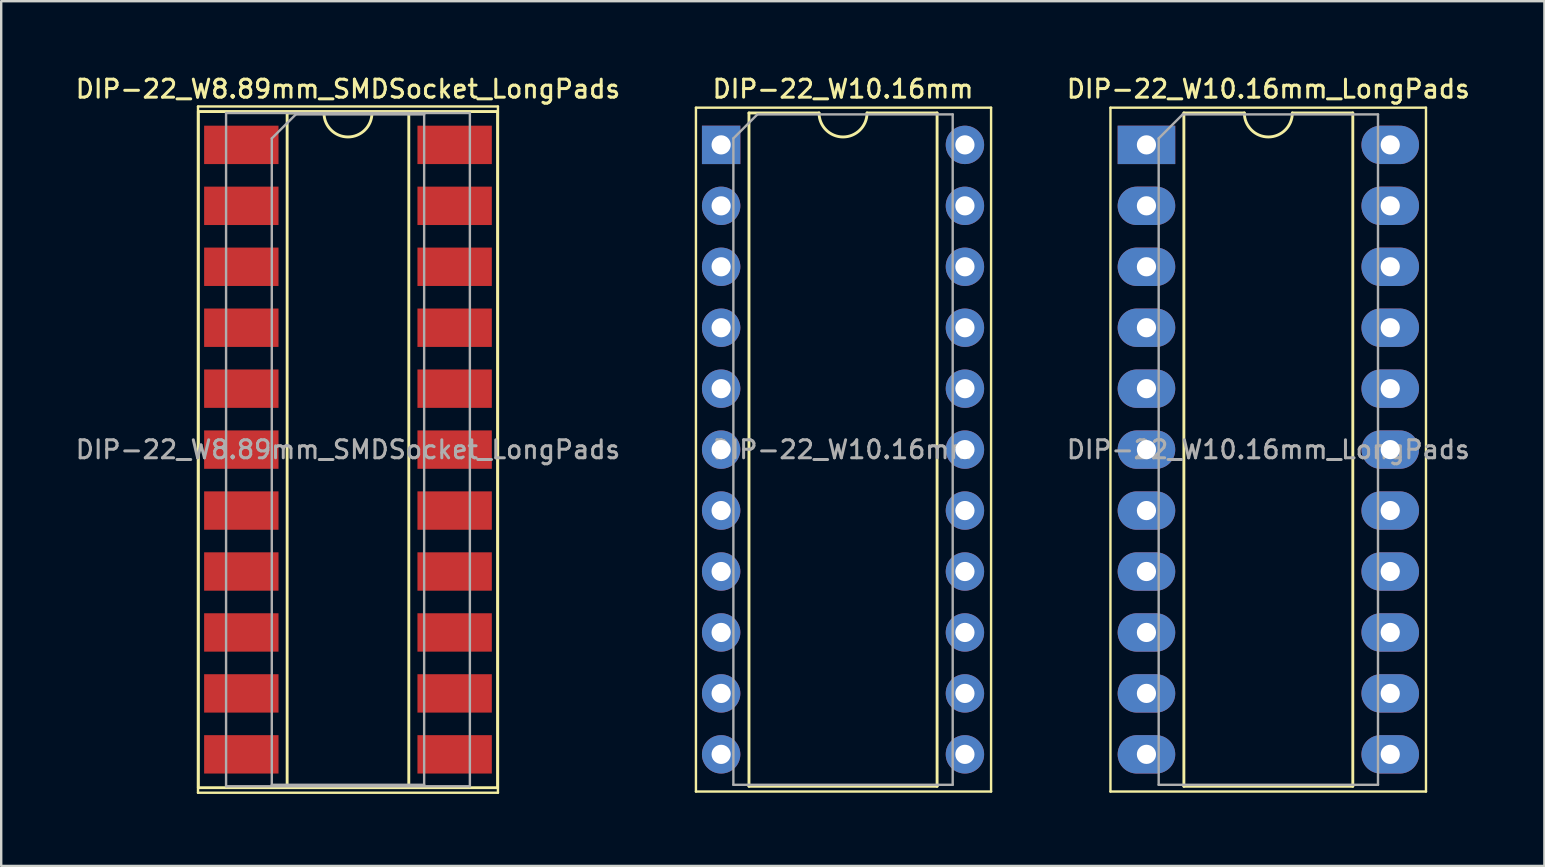
<source format=kicad_pcb>
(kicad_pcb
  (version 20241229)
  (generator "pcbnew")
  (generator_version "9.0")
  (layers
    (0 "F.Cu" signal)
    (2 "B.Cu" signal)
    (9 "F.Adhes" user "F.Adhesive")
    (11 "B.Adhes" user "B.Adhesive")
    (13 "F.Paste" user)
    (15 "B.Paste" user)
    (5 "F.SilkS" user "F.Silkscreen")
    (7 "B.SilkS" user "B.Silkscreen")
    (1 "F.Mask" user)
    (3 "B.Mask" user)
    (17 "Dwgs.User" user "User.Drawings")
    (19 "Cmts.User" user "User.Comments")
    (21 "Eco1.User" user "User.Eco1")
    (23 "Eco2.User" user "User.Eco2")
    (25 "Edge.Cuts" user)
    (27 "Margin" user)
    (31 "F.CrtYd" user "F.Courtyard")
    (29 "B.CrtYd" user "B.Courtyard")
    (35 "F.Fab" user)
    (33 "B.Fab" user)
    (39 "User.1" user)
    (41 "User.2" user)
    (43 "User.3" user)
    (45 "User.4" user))
  (footprint "DIP-22_W10.16mm"
    (layer "F.Cu")
    (at 27.004 2.988)
    (property "Reference" "DIP-22_W10.16mm" (at 5.08 -2.33 0) (layer "F.SilkS") (effects (font (size 0.75 0.75) (thickness 0.125))))
    (attr through_hole)
    (fp_line (start -1.05 -1.55) (end -1.05 26.95) (stroke (width 0.1) (type solid)) (layer "F.SilkS"))
    (fp_line (start -1.05 26.95) (end 11.25 26.95) (stroke (width 0.1) (type solid)) (layer "F.SilkS"))
    (fp_line (start 1.16 -1.33) (end 1.16 26.73) (stroke (width 0.12) (type solid)) (layer "F.SilkS"))
    (fp_line (start 1.16 26.73) (end 9 26.73) (stroke (width 0.12) (type solid)) (layer "F.SilkS"))
    (fp_line (start 4.08 -1.33) (end 1.16 -1.33) (stroke (width 0.12) (type solid)) (layer "F.SilkS"))
    (fp_line (start 9 -1.33) (end 6.08 -1.33) (stroke (width 0.12) (type solid)) (layer "F.SilkS"))
    (fp_line (start 9 26.73) (end 9 -1.33) (stroke (width 0.12) (type solid)) (layer "F.SilkS"))
    (fp_line (start 11.25 -1.55) (end -1.05 -1.55) (stroke (width 0.1) (type solid)) (layer "F.SilkS"))
    (fp_line (start 11.25 26.95) (end 11.25 -1.55) (stroke (width 0.1) (type solid)) (layer "F.SilkS"))
    (fp_arc (start 6.08 -1.33) (mid 5.08 -0.33) (end 4.08 -1.33) (stroke (width 0.12) (type solid)) (layer "F.SilkS"))
    (fp_line (start 0.51 -0.27) (end 1.51 -1.27) (stroke (width 0.1) (type solid)) (layer "F.Fab"))
    (fp_line (start 0.51 26.67) (end 0.51 -0.27) (stroke (width 0.1) (type solid)) (layer "F.Fab"))
    (fp_line (start 1.51 -1.27) (end 9.65 -1.27) (stroke (width 0.1) (type solid)) (layer "F.Fab"))
    (fp_line (start 9.65 -1.27) (end 9.65 26.67) (stroke (width 0.1) (type solid)) (layer "F.Fab"))
    (fp_line (start 9.65 26.67) (end 0.51 26.67) (stroke (width 0.1) (type solid)) (layer "F.Fab"))
    (fp_text user "${REFERENCE}" (at 5.08 12.7 0) (layer "F.Fab") (effects (font (size 0.75 0.75) (thickness 0.125))))
    (pad "1" thru_hole rect (at 0 0) (size 1.6 1.6) (drill 0.8) (layers "*.Cu" "*.Mask"))
    (pad "2" thru_hole oval (at 0 2.54) (size 1.6 1.6) (drill 0.8) (layers "*.Cu" "*.Mask"))
    (pad "3" thru_hole oval (at 0 5.08) (size 1.6 1.6) (drill 0.8) (layers "*.Cu" "*.Mask"))
    (pad "4" thru_hole oval (at 0 7.62) (size 1.6 1.6) (drill 0.8) (layers "*.Cu" "*.Mask"))
    (pad "5" thru_hole oval (at 0 10.16) (size 1.6 1.6) (drill 0.8) (layers "*.Cu" "*.Mask"))
    (pad "6" thru_hole oval (at 0 12.7) (size 1.6 1.6) (drill 0.8) (layers "*.Cu" "*.Mask"))
    (pad "7" thru_hole oval (at 0 15.24) (size 1.6 1.6) (drill 0.8) (layers "*.Cu" "*.Mask"))
    (pad "8" thru_hole oval (at 0 17.78) (size 1.6 1.6) (drill 0.8) (layers "*.Cu" "*.Mask"))
    (pad "9" thru_hole oval (at 0 20.32) (size 1.6 1.6) (drill 0.8) (layers "*.Cu" "*.Mask"))
    (pad "10" thru_hole oval (at 0 22.86) (size 1.6 1.6) (drill 0.8) (layers "*.Cu" "*.Mask"))
    (pad "11" thru_hole oval (at 0 25.4) (size 1.6 1.6) (drill 0.8) (layers "*.Cu" "*.Mask"))
    (pad "12" thru_hole oval (at 10.16 25.4) (size 1.6 1.6) (drill 0.8) (layers "*.Cu" "*.Mask"))
    (pad "13" thru_hole oval (at 10.16 22.86) (size 1.6 1.6) (drill 0.8) (layers "*.Cu" "*.Mask"))
    (pad "14" thru_hole oval (at 10.16 20.32) (size 1.6 1.6) (drill 0.8) (layers "*.Cu" "*.Mask"))
    (pad "15" thru_hole oval (at 10.16 17.78) (size 1.6 1.6) (drill 0.8) (layers "*.Cu" "*.Mask"))
    (pad "16" thru_hole oval (at 10.16 15.24) (size 1.6 1.6) (drill 0.8) (layers "*.Cu" "*.Mask"))
    (pad "17" thru_hole oval (at 10.16 12.7) (size 1.6 1.6) (drill 0.8) (layers "*.Cu" "*.Mask"))
    (pad "18" thru_hole oval (at 10.16 10.16) (size 1.6 1.6) (drill 0.8) (layers "*.Cu" "*.Mask"))
    (pad "19" thru_hole oval (at 10.16 7.62) (size 1.6 1.6) (drill 0.8) (layers "*.Cu" "*.Mask"))
    (pad "20" thru_hole oval (at 10.16 5.08) (size 1.6 1.6) (drill 0.8) (layers "*.Cu" "*.Mask"))
    (pad "21" thru_hole oval (at 10.16 2.54) (size 1.6 1.6) (drill 0.8) (layers "*.Cu" "*.Mask"))
    (pad "22" thru_hole oval (at 10.16 0) (size 1.6 1.6) (drill 0.8) (layers "*.Cu" "*.Mask")))
  (footprint "DIP-22_W8.89mm_SMDSocket_LongPads"
    (layer "F.Cu")
    (at 11.452 15.688)
    (property "Reference" "DIP-22_W8.89mm_SMDSocket_LongPads" (at 0 -15.03 0) (layer "F.SilkS") (effects (font (size 0.75 0.75) (thickness 0.125))))
    (attr smd)
    (fp_line (start -6.25 -14.3) (end -6.25 14.3) (stroke (width 0.1) (type solid)) (layer "F.SilkS"))
    (fp_line (start -6.25 14.3) (end 6.25 14.3) (stroke (width 0.1) (type solid)) (layer "F.SilkS"))
    (fp_line (start -6.235 -14.09) (end -6.235 14.09) (stroke (width 0.12) (type solid)) (layer "F.SilkS"))
    (fp_line (start -6.235 14.09) (end 6.235 14.09) (stroke (width 0.12) (type solid)) (layer "F.SilkS"))
    (fp_line (start -2.535 -14.03) (end -2.535 14.03) (stroke (width 0.12) (type solid)) (layer "F.SilkS"))
    (fp_line (start -2.535 14.03) (end 2.535 14.03) (stroke (width 0.12) (type solid)) (layer "F.SilkS"))
    (fp_line (start -1 -14.03) (end -2.535 -14.03) (stroke (width 0.12) (type solid)) (layer "F.SilkS"))
    (fp_line (start 2.535 -14.03) (end 1 -14.03) (stroke (width 0.12) (type solid)) (layer "F.SilkS"))
    (fp_line (start 2.535 14.03) (end 2.535 -14.03) (stroke (width 0.12) (type solid)) (layer "F.SilkS"))
    (fp_line (start 6.235 -14.09) (end -6.235 -14.09) (stroke (width 0.12) (type solid)) (layer "F.SilkS"))
    (fp_line (start 6.235 14.09) (end 6.235 -14.09) (stroke (width 0.12) (type solid)) (layer "F.SilkS"))
    (fp_line (start 6.25 -14.3) (end -6.25 -14.3) (stroke (width 0.1) (type solid)) (layer "F.SilkS"))
    (fp_line (start 6.25 14.3) (end 6.25 -14.3) (stroke (width 0.1) (type solid)) (layer "F.SilkS"))
    (fp_arc (start 1 -14.03) (mid 0 -13.03) (end -1 -14.03) (stroke (width 0.12) (type solid)) (layer "F.SilkS"))
    (fp_line (start -5.08 -14.03) (end -5.08 14.03) (stroke (width 0.1) (type solid)) (layer "F.Fab"))
    (fp_line (start -5.08 14.03) (end 5.08 14.03) (stroke (width 0.1) (type solid)) (layer "F.Fab"))
    (fp_line (start -3.175 -12.97) (end -2.175 -13.97) (stroke (width 0.1) (type solid)) (layer "F.Fab"))
    (fp_line (start -3.175 13.97) (end -3.175 -12.97) (stroke (width 0.1) (type solid)) (layer "F.Fab"))
    (fp_line (start -2.175 -13.97) (end 3.175 -13.97) (stroke (width 0.1) (type solid)) (layer "F.Fab"))
    (fp_line (start 3.175 -13.97) (end 3.175 13.97) (stroke (width 0.1) (type solid)) (layer "F.Fab"))
    (fp_line (start 3.175 13.97) (end -3.175 13.97) (stroke (width 0.1) (type solid)) (layer "F.Fab"))
    (fp_line (start 5.08 -14.03) (end -5.08 -14.03) (stroke (width 0.1) (type solid)) (layer "F.Fab"))
    (fp_line (start 5.08 14.03) (end 5.08 -14.03) (stroke (width 0.1) (type solid)) (layer "F.Fab"))
    (fp_text user "${REFERENCE}" (at 0 0 0) (layer "F.Fab") (effects (font (size 0.75 0.75) (thickness 0.125))))
    (pad "1" smd rect (at -4.445 -12.7) (size 3.1 1.6) (layers "F.Cu" "F.Mask" "F.Paste"))
    (pad "2" smd rect (at -4.445 -10.16) (size 3.1 1.6) (layers "F.Cu" "F.Mask" "F.Paste"))
    (pad "3" smd rect (at -4.445 -7.62) (size 3.1 1.6) (layers "F.Cu" "F.Mask" "F.Paste"))
    (pad "4" smd rect (at -4.445 -5.08) (size 3.1 1.6) (layers "F.Cu" "F.Mask" "F.Paste"))
    (pad "5" smd rect (at -4.445 -2.54) (size 3.1 1.6) (layers "F.Cu" "F.Mask" "F.Paste"))
    (pad "6" smd rect (at -4.445 0) (size 3.1 1.6) (layers "F.Cu" "F.Mask" "F.Paste"))
    (pad "7" smd rect (at -4.445 2.54) (size 3.1 1.6) (layers "F.Cu" "F.Mask" "F.Paste"))
    (pad "8" smd rect (at -4.445 5.08) (size 3.1 1.6) (layers "F.Cu" "F.Mask" "F.Paste"))
    (pad "9" smd rect (at -4.445 7.62) (size 3.1 1.6) (layers "F.Cu" "F.Mask" "F.Paste"))
    (pad "10" smd rect (at -4.445 10.16) (size 3.1 1.6) (layers "F.Cu" "F.Mask" "F.Paste"))
    (pad "11" smd rect (at -4.445 12.7) (size 3.1 1.6) (layers "F.Cu" "F.Mask" "F.Paste"))
    (pad "12" smd rect (at 4.445 12.7) (size 3.1 1.6) (layers "F.Cu" "F.Mask" "F.Paste"))
    (pad "13" smd rect (at 4.445 10.16) (size 3.1 1.6) (layers "F.Cu" "F.Mask" "F.Paste"))
    (pad "14" smd rect (at 4.445 7.62) (size 3.1 1.6) (layers "F.Cu" "F.Mask" "F.Paste"))
    (pad "15" smd rect (at 4.445 5.08) (size 3.1 1.6) (layers "F.Cu" "F.Mask" "F.Paste"))
    (pad "16" smd rect (at 4.445 2.54) (size 3.1 1.6) (layers "F.Cu" "F.Mask" "F.Paste"))
    (pad "17" smd rect (at 4.445 0) (size 3.1 1.6) (layers "F.Cu" "F.Mask" "F.Paste"))
    (pad "18" smd rect (at 4.445 -2.54) (size 3.1 1.6) (layers "F.Cu" "F.Mask" "F.Paste"))
    (pad "19" smd rect (at 4.445 -5.08) (size 3.1 1.6) (layers "F.Cu" "F.Mask" "F.Paste"))
    (pad "20" smd rect (at 4.445 -7.62) (size 3.1 1.6) (layers "F.Cu" "F.Mask" "F.Paste"))
    (pad "21" smd rect (at 4.445 -10.16) (size 3.1 1.6) (layers "F.Cu" "F.Mask" "F.Paste"))
    (pad "22" smd rect (at 4.445 -12.7) (size 3.1 1.6) (layers "F.Cu" "F.Mask" "F.Paste")))
  (footprint "DIP-22_W10.16mm_LongPads"
    (layer "F.Cu")
    (at 44.729 2.988)
    (property "Reference" "DIP-22_W10.16mm_LongPads" (at 5.08 -2.33 0) (layer "F.SilkS") (effects (font (size 0.75 0.75) (thickness 0.125))))
    (attr through_hole)
    (fp_line (start -1.5 -1.55) (end -1.5 26.95) (stroke (width 0.1) (type solid)) (layer "F.SilkS"))
    (fp_line (start -1.5 26.95) (end 11.65 26.95) (stroke (width 0.1) (type solid)) (layer "F.SilkS"))
    (fp_line (start 1.56 -1.33) (end 1.56 26.73) (stroke (width 0.12) (type solid)) (layer "F.SilkS"))
    (fp_line (start 1.56 26.73) (end 8.6 26.73) (stroke (width 0.12) (type solid)) (layer "F.SilkS"))
    (fp_line (start 4.08 -1.33) (end 1.56 -1.33) (stroke (width 0.12) (type solid)) (layer "F.SilkS"))
    (fp_line (start 8.6 -1.33) (end 6.08 -1.33) (stroke (width 0.12) (type solid)) (layer "F.SilkS"))
    (fp_line (start 8.6 26.73) (end 8.6 -1.33) (stroke (width 0.12) (type solid)) (layer "F.SilkS"))
    (fp_line (start 11.65 -1.55) (end -1.5 -1.55) (stroke (width 0.1) (type solid)) (layer "F.SilkS"))
    (fp_line (start 11.65 26.95) (end 11.65 -1.55) (stroke (width 0.1) (type solid)) (layer "F.SilkS"))
    (fp_arc (start 6.08 -1.33) (mid 5.08 -0.33) (end 4.08 -1.33) (stroke (width 0.12) (type solid)) (layer "F.SilkS"))
    (fp_line (start 0.51 -0.27) (end 1.51 -1.27) (stroke (width 0.1) (type solid)) (layer "F.Fab"))
    (fp_line (start 0.51 26.67) (end 0.51 -0.27) (stroke (width 0.1) (type solid)) (layer "F.Fab"))
    (fp_line (start 1.51 -1.27) (end 9.65 -1.27) (stroke (width 0.1) (type solid)) (layer "F.Fab"))
    (fp_line (start 9.65 -1.27) (end 9.65 26.67) (stroke (width 0.1) (type solid)) (layer "F.Fab"))
    (fp_line (start 9.65 26.67) (end 0.51 26.67) (stroke (width 0.1) (type solid)) (layer "F.Fab"))
    (fp_text user "${REFERENCE}" (at 5.08 12.7 0) (layer "F.Fab") (effects (font (size 0.75 0.75) (thickness 0.125))))
    (pad "1" thru_hole rect (at 0 0) (size 2.4 1.6) (drill 0.8) (layers "*.Cu" "*.Mask"))
    (pad "2" thru_hole oval (at 0 2.54) (size 2.4 1.6) (drill 0.8) (layers "*.Cu" "*.Mask"))
    (pad "3" thru_hole oval (at 0 5.08) (size 2.4 1.6) (drill 0.8) (layers "*.Cu" "*.Mask"))
    (pad "4" thru_hole oval (at 0 7.62) (size 2.4 1.6) (drill 0.8) (layers "*.Cu" "*.Mask"))
    (pad "5" thru_hole oval (at 0 10.16) (size 2.4 1.6) (drill 0.8) (layers "*.Cu" "*.Mask"))
    (pad "6" thru_hole oval (at 0 12.7) (size 2.4 1.6) (drill 0.8) (layers "*.Cu" "*.Mask"))
    (pad "7" thru_hole oval (at 0 15.24) (size 2.4 1.6) (drill 0.8) (layers "*.Cu" "*.Mask"))
    (pad "8" thru_hole oval (at 0 17.78) (size 2.4 1.6) (drill 0.8) (layers "*.Cu" "*.Mask"))
    (pad "9" thru_hole oval (at 0 20.32) (size 2.4 1.6) (drill 0.8) (layers "*.Cu" "*.Mask"))
    (pad "10" thru_hole oval (at 0 22.86) (size 2.4 1.6) (drill 0.8) (layers "*.Cu" "*.Mask"))
    (pad "11" thru_hole oval (at 0 25.4) (size 2.4 1.6) (drill 0.8) (layers "*.Cu" "*.Mask"))
    (pad "12" thru_hole oval (at 10.16 25.4) (size 2.4 1.6) (drill 0.8) (layers "*.Cu" "*.Mask"))
    (pad "13" thru_hole oval (at 10.16 22.86) (size 2.4 1.6) (drill 0.8) (layers "*.Cu" "*.Mask"))
    (pad "14" thru_hole oval (at 10.16 20.32) (size 2.4 1.6) (drill 0.8) (layers "*.Cu" "*.Mask"))
    (pad "15" thru_hole oval (at 10.16 17.78) (size 2.4 1.6) (drill 0.8) (layers "*.Cu" "*.Mask"))
    (pad "16" thru_hole oval (at 10.16 15.24) (size 2.4 1.6) (drill 0.8) (layers "*.Cu" "*.Mask"))
    (pad "17" thru_hole oval (at 10.16 12.7) (size 2.4 1.6) (drill 0.8) (layers "*.Cu" "*.Mask"))
    (pad "18" thru_hole oval (at 10.16 10.16) (size 2.4 1.6) (drill 0.8) (layers "*.Cu" "*.Mask"))
    (pad "19" thru_hole oval (at 10.16 7.62) (size 2.4 1.6) (drill 0.8) (layers "*.Cu" "*.Mask"))
    (pad "20" thru_hole oval (at 10.16 5.08) (size 2.4 1.6) (drill 0.8) (layers "*.Cu" "*.Mask"))
    (pad "21" thru_hole oval (at 10.16 2.54) (size 2.4 1.6) (drill 0.8) (layers "*.Cu" "*.Mask"))
    (pad "22" thru_hole oval (at 10.16 0) (size 2.4 1.6) (drill 0.8) (layers "*.Cu" "*.Mask")))
  (gr_rect
    (start -3 -3)
    (end 61.314 33.038)
    (stroke (width 0.1) (type default))
    (fill no)
    (layer "Edge.Cuts")))
</source>
